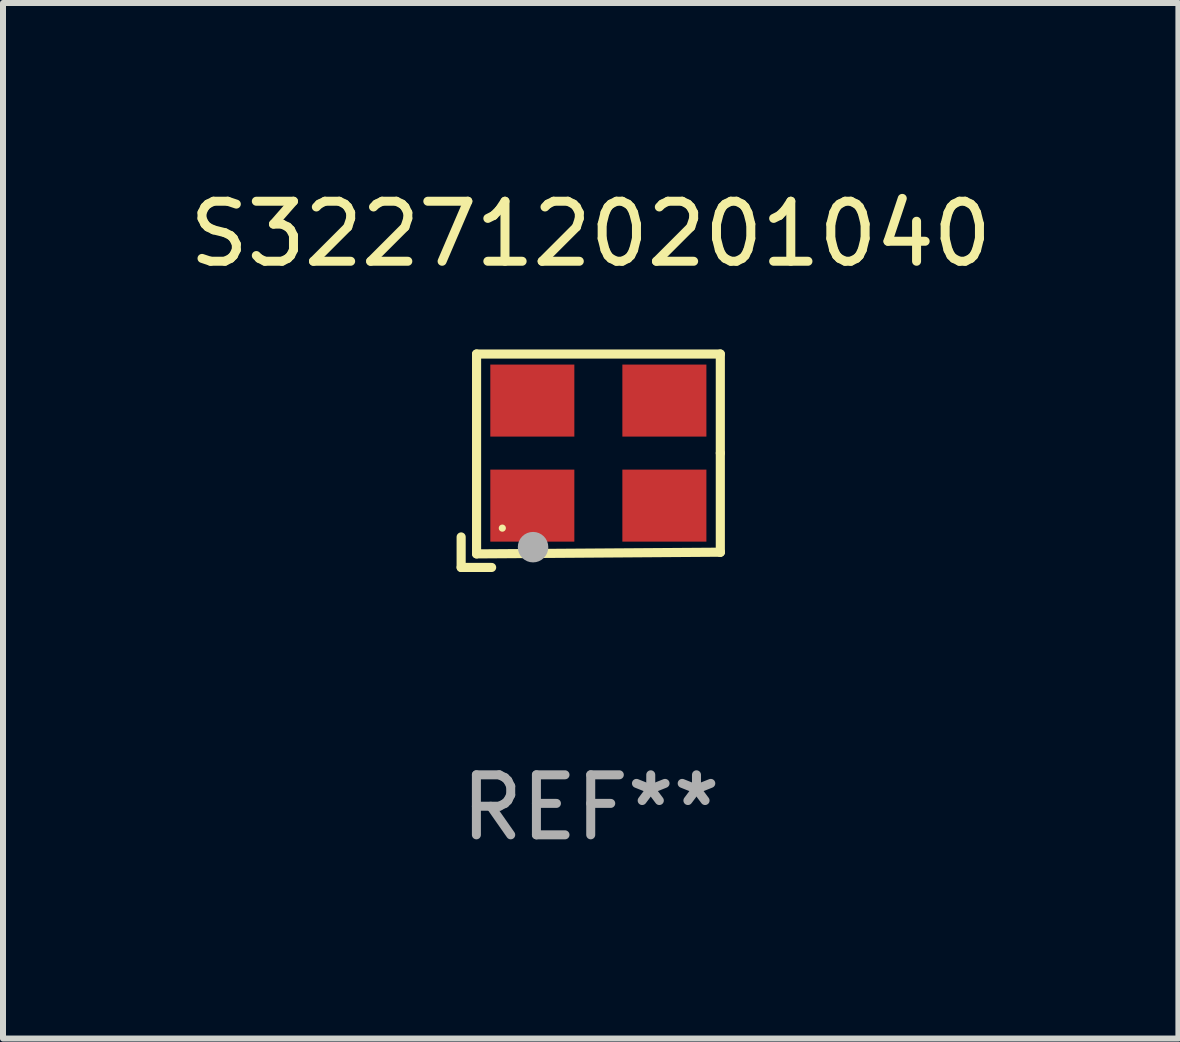
<source format=kicad_pcb>
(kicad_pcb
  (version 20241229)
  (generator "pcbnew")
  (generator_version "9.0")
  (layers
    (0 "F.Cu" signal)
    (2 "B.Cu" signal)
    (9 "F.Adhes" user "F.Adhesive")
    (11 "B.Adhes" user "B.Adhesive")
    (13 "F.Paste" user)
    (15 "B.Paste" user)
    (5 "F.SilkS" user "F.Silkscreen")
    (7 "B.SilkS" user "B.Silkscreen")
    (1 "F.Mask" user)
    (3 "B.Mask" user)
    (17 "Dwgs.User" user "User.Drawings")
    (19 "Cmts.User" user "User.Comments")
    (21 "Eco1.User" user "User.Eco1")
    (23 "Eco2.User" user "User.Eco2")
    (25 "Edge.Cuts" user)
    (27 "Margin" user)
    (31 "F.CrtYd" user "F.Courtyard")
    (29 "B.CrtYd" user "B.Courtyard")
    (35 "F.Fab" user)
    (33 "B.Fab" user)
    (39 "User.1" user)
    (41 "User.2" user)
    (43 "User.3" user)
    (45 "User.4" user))
  (footprint "S3227120201040"
    (layer "F.Cu")
    (at 6.792 4.626)
    (property "Reference" "S3227120201040" (at 0 -3.778 0) (layer "F.SilkS") (effects (font (size 1 1) (thickness 0.15))))
    (attr through_hole)
    (fp_line (start -2.159 1.27) (end -2.159 1.778) (stroke (width 0.152) (type solid)) (layer "F.SilkS"))
    (fp_line (start -2.159 1.778) (end -1.651 1.778) (stroke (width 0.152) (type solid)) (layer "F.SilkS"))
    (fp_line (start -1.902 -1.778) (end 2.159 -1.778) (stroke (width 0.152) (type solid)) (layer "F.SilkS"))
    (fp_line (start -1.902 1.552) (end -1.902 -1.778) (stroke (width 0.152) (type solid)) (layer "F.SilkS"))
    (fp_line (start 2.159 -1.778) (end 2.159 -0.127) (stroke (width 0.152) (type solid)) (layer "F.SilkS"))
    (fp_line (start 2.159 -0.127) (end 2.159 1.524) (stroke (width 0.152) (type solid)) (layer "F.SilkS"))
    (fp_line (start 2.159 1.524) (end -1.902 1.552) (stroke (width 0.152) (type solid)) (layer "F.SilkS"))
    (fp_line (start 2.159 1.524) (end 2.159 1.524) (stroke (width 0.152) (type solid)) (layer "F.SilkS"))
    (fp_circle (center -1.473 1.123) (end -1.443 1.123) (stroke (width 0.06) (type solid)) (fill no) (layer "F.SilkS"))
    (fp_circle (center -0.961 1.44) (end -0.834 1.44) (stroke (width 0.254) (type solid)) (fill no) (layer "F.Fab"))
    (fp_text user "REF**" (at 0 5.778 0) (layer "F.Fab") (effects (font (size 1 1) (thickness 0.15))))
    (pad "1" smd rect (at -0.973 0.748) (size 1.4 1.2) (layers "F.Cu" "F.Mask" "F.Paste"))
    (pad "2" smd rect (at 1.227 0.748) (size 1.4 1.2) (layers "F.Cu" "F.Mask" "F.Paste"))
    (pad "3" smd rect (at 1.227 -1.002) (size 1.4 1.2) (layers "F.Cu" "F.Mask" "F.Paste"))
    (pad "4" smd rect (at -0.973 -1.002) (size 1.4 1.2) (layers "F.Cu" "F.Mask" "F.Paste")))
  (gr_rect
    (start -3 -3)
    (end 16.583 14.253)
    (stroke (width 0.1) (type default))
    (fill no)
    (layer "Edge.Cuts")))
</source>
